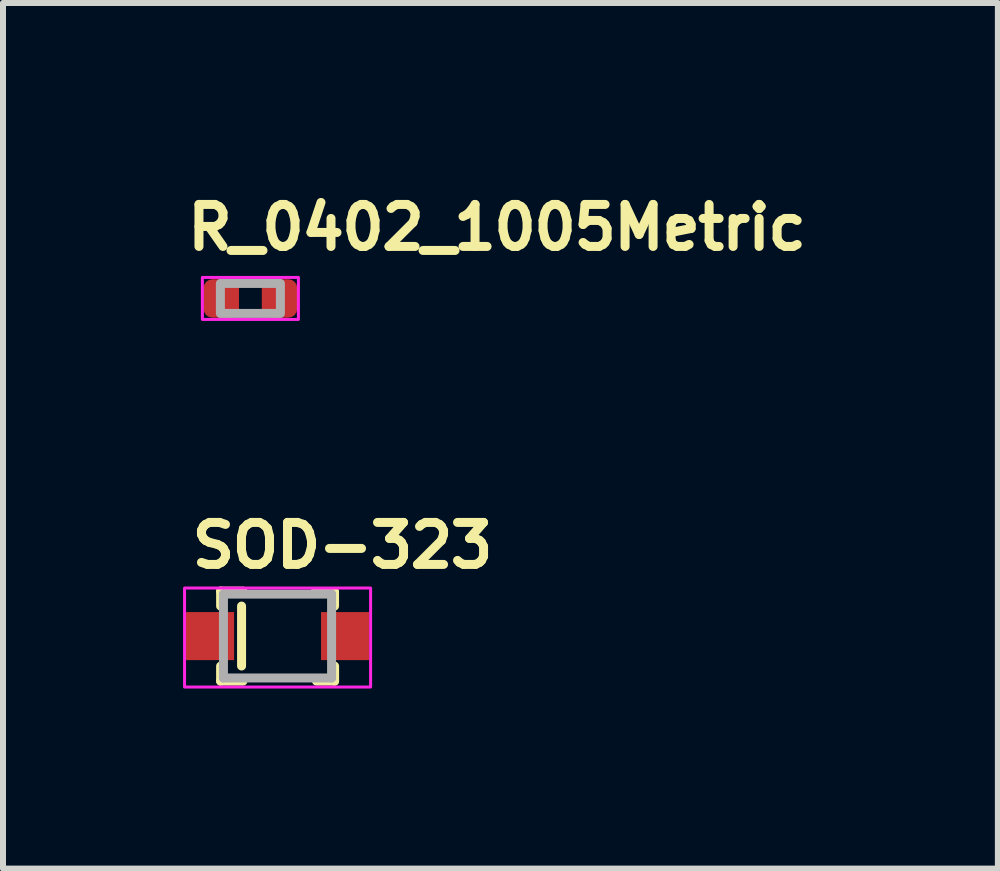
<source format=kicad_pcb>
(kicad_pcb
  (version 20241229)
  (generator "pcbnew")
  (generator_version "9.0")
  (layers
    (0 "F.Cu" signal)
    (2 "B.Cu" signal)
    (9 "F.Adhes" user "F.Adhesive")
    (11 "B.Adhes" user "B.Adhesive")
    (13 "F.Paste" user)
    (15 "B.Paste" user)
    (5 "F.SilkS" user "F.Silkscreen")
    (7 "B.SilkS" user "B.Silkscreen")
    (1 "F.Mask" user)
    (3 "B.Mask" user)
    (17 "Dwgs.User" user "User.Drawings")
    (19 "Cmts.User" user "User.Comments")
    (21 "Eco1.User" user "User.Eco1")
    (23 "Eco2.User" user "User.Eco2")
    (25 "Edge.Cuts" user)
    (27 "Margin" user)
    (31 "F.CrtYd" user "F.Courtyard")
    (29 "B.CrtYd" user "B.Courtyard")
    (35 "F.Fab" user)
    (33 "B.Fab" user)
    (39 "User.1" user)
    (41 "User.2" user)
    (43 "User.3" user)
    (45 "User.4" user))
  (footprint "R_0402_1005Metric"
    (layer "F.Cu")
    (at 1.122 1.923)
    (property "Reference" "R_0402_1005Metric" (at -1.122 -0.773 0) (layer "F.SilkS") (effects (font (size 0.7 0.7) (thickness 0.15)) (justify left bottom)))
    (attr smd)
    (fp_rect (start -0.8 -0.35) (end 0.8 0.35) (stroke (width 0.05) (type solid)) (fill no) (layer "F.CrtYd"))
    (fp_rect (start -0.5 -0.25) (end 0.5 0.25) (stroke (width 0.15) (type solid)) (fill no) (layer "F.Fab"))
    (fp_rect (start -0.5 -0.25) (end 0.5 0.25) (stroke (width 0.1) (type solid)) (fill no) (layer "User.5"))
    (fp_line (start -0.5 0.248) (end -0.5 -0.25) (stroke (width 0.02) (type solid)) (layer "User.9"))
    (fp_line (start -0.25 -0.25) (end -0.5 -0.25) (stroke (width 0.02) (type solid)) (layer "User.9"))
    (fp_line (start -0.25 0.248) (end -0.5 0.248) (stroke (width 0.02) (type solid)) (layer "User.9"))
    (fp_line (start -0.25 0.248) (end -0.25 -0.25) (stroke (width 0.02) (type solid)) (layer "User.9"))
    (fp_line (start 0.248 -0.25) (end 0.248 0.248) (stroke (width 0.02) (type solid)) (layer "User.9"))
    (fp_line (start 0.248 -0.232) (end -0.25 -0.232) (stroke (width 0.02) (type solid)) (layer "User.9"))
    (fp_line (start 0.248 0.23) (end -0.25 0.23) (stroke (width 0.02) (type solid)) (layer "User.9"))
    (fp_line (start 0.248 0.248) (end 0.498 0.248) (stroke (width 0.02) (type solid)) (layer "User.9"))
    (fp_line (start 0.498 -0.25) (end 0.248 -0.25) (stroke (width 0.02) (type solid)) (layer "User.9"))
    (fp_line (start 0.498 0.248) (end 0.498 -0.25) (stroke (width 0.02) (type solid)) (layer "User.9"))
    (pad "1" smd roundrect (at -0.485 0) (size 0.59 0.64) (layers "F.Cu" "F.Mask" "F.Paste") (roundrect_rratio 0.25))
    (pad "2" smd roundrect (at 0.485 0) (size 0.59 0.64) (layers "F.Cu" "F.Mask" "F.Paste") (roundrect_rratio 0.25)))
  (footprint "SOD-323"
    (layer "F.Cu")
    (at 1.575 7.548)
    (property "Reference" "SOD-323" (at -1.5 -1.1 0) (layer "F.SilkS") (effects (font (size 0.7 0.7) (thickness 0.15)) (justify left bottom)))
    (attr smd)
    (fp_line (start -0.949 -0.749) (end -0.949 -0.499) (stroke (width 0.15) (type solid)) (layer "F.SilkS"))
    (fp_line (start -0.949 0.501) (end -0.949 0.751) (stroke (width 0.15) (type solid)) (layer "F.SilkS"))
    (fp_line (start -0.6 -0.499) (end -0.6 0.499) (stroke (width 0.15) (type solid)) (layer "F.SilkS"))
    (fp_line (start -0.577 -0.749) (end -0.949 -0.749) (stroke (width 0.15) (type solid)) (layer "F.SilkS"))
    (fp_line (start -0.577 0.751) (end -0.949 0.751) (stroke (width 0.15) (type solid)) (layer "F.SilkS"))
    (fp_line (start 0.625 -0.736) (end 0.949 -0.736) (stroke (width 0.15) (type solid)) (layer "F.SilkS"))
    (fp_line (start 0.949 -0.736) (end 0.949 -0.499) (stroke (width 0.15) (type solid)) (layer "F.SilkS"))
    (fp_line (start 0.95 0.501) (end 0.95 0.751) (stroke (width 0.15) (type solid)) (layer "F.SilkS"))
    (fp_line (start 0.95 0.751) (end 0.649 0.751) (stroke (width 0.15) (type solid)) (layer "F.SilkS"))
    (fp_rect (start -1.55 -0.8) (end 1.55 0.85) (stroke (width 0.05) (type solid)) (fill no) (layer "F.CrtYd"))
    (fp_line (start -0.902 0.699) (end -0.902 -0.699) (stroke (width 0.15) (type solid)) (layer "F.Fab"))
    (fp_line (start -0.902 0.699) (end 0.9 0.699) (stroke (width 0.15) (type solid)) (layer "F.Fab"))
    (fp_line (start 0.9 -0.699) (end -0.902 -0.699) (stroke (width 0.15) (type solid)) (layer "F.Fab"))
    (fp_line (start 0.9 -0.699) (end 0.9 0.699) (stroke (width 0.15) (type solid)) (layer "F.Fab"))
    (fp_rect (start -1.301 -0.676) (end 1.3 0.676) (stroke (width 0.1) (type solid)) (fill no) (layer "User.5"))
    (fp_line (start -1.301 -0.174) (end -1.301 0.174) (stroke (width 0.02) (type solid)) (layer "User.9"))
    (fp_line (start -1.301 0.174) (end -1.238 0.174) (stroke (width 0.02) (type solid)) (layer "User.9"))
    (fp_line (start -1.238 -0.174) (end -1.301 -0.174) (stroke (width 0.02) (type solid)) (layer "User.9"))
    (fp_line (start -1.238 0.174) (end -1.19 0.174) (stroke (width 0.02) (type solid)) (layer "User.9"))
    (fp_line (start -1.19 -0.174) (end -1.238 -0.174) (stroke (width 0.02) (type solid)) (layer "User.9"))
    (fp_line (start -1.19 0.174) (end -1.085 0.174) (stroke (width 0.02) (type solid)) (layer "User.9"))
    (fp_line (start -1.085 -0.174) (end -1.19 -0.174) (stroke (width 0.02) (type solid)) (layer "User.9"))
    (fp_line (start -0.902 -0.676) (end -0.801 -0.575) (stroke (width 0.02) (type solid)) (layer "User.9"))
    (fp_line (start -0.902 -0.676) (end 0.9 -0.676) (stroke (width 0.02) (type solid)) (layer "User.9"))
    (fp_line (start -0.902 -0.174) (end -0.902 -0.676) (stroke (width 0.02) (type solid)) (layer "User.9"))
    (fp_line (start -0.902 0.676) (end -0.902 0.174) (stroke (width 0.02) (type solid)) (layer "User.9"))
    (fp_line (start -0.902 0.676) (end -0.801 0.575) (stroke (width 0.02) (type solid)) (layer "User.9"))
    (fp_line (start -0.87 -0.174) (end -1.085 -0.174) (stroke (width 0.02) (type solid)) (layer "User.9"))
    (fp_line (start -0.87 0.174) (end -1.085 0.174) (stroke (width 0.02) (type solid)) (layer "User.9"))
    (fp_line (start -0.87 0.174) (end -0.87 -0.174) (stroke (width 0.02) (type solid)) (layer "User.9"))
    (fp_line (start -0.802 0.575) (end -0.802 -0.575) (stroke (width 0.02) (type solid)) (layer "User.9"))
    (fp_line (start -0.3 -0.575) (end -0.802 -0.575) (stroke (width 0.02) (type solid)) (layer "User.9"))
    (fp_line (start -0.3 -0.575) (end 0.8 -0.575) (stroke (width 0.02) (type solid)) (layer "User.9"))
    (fp_line (start -0.3 0.573) (end -0.802 0.573) (stroke (width 0.02) (type solid)) (layer "User.9"))
    (fp_line (start -0.3 0.575) (end 0.8 0.575) (stroke (width 0.02) (type solid)) (layer "User.9"))
    (fp_line (start 0.8 -0.575) (end 0.8 0.575) (stroke (width 0.02) (type solid)) (layer "User.9"))
    (fp_line (start 0.8 -0.575) (end 0.9 -0.676) (stroke (width 0.02) (type solid)) (layer "User.9"))
    (fp_line (start 0.8 0.575) (end 0.9 0.676) (stroke (width 0.02) (type solid)) (layer "User.9"))
    (fp_line (start 0.868 -0.174) (end 0.868 0.174) (stroke (width 0.02) (type solid)) (layer "User.9"))
    (fp_line (start 0.868 -0.174) (end 1.084 -0.174) (stroke (width 0.02) (type solid)) (layer "User.9"))
    (fp_line (start 0.868 0.174) (end 1.084 0.174) (stroke (width 0.02) (type solid)) (layer "User.9"))
    (fp_line (start 0.9 -0.676) (end 0.9 -0.174) (stroke (width 0.02) (type solid)) (layer "User.9"))
    (fp_line (start 0.9 0.174) (end 0.9 0.676) (stroke (width 0.02) (type solid)) (layer "User.9"))
    (fp_line (start 0.9 0.676) (end -0.902 0.676) (stroke (width 0.02) (type solid)) (layer "User.9"))
    (fp_line (start 1.084 0.174) (end 1.187 0.174) (stroke (width 0.02) (type solid)) (layer "User.9"))
    (fp_line (start 1.187 -0.174) (end 1.084 -0.174) (stroke (width 0.02) (type solid)) (layer "User.9"))
    (fp_line (start 1.187 0.174) (end 1.237 0.174) (stroke (width 0.02) (type solid)) (layer "User.9"))
    (fp_line (start 1.237 -0.174) (end 1.187 -0.174) (stroke (width 0.02) (type solid)) (layer "User.9"))
    (fp_line (start 1.237 0.174) (end 1.3 0.174) (stroke (width 0.02) (type solid)) (layer "User.9"))
    (fp_line (start 1.3 -0.174) (end 1.237 -0.174) (stroke (width 0.02) (type solid)) (layer "User.9"))
    (fp_line (start 1.3 0.174) (end 1.3 -0.174) (stroke (width 0.02) (type solid)) (layer "User.9"))
    (pad "A" smd rect (at 1.124 0.001) (size 0.8 0.8) (layers "F.Cu" "F.Mask" "F.Paste"))
    (pad "K" smd rect (at -1.125 0.001) (size 0.8 0.8) (layers "F.Cu" "F.Mask" "F.Paste")))
  (gr_rect
    (start -3 -3)
    (end 13.577 11.423)
    (stroke (width 0.1) (type default))
    (fill no)
    (layer "Edge.Cuts")))
</source>
